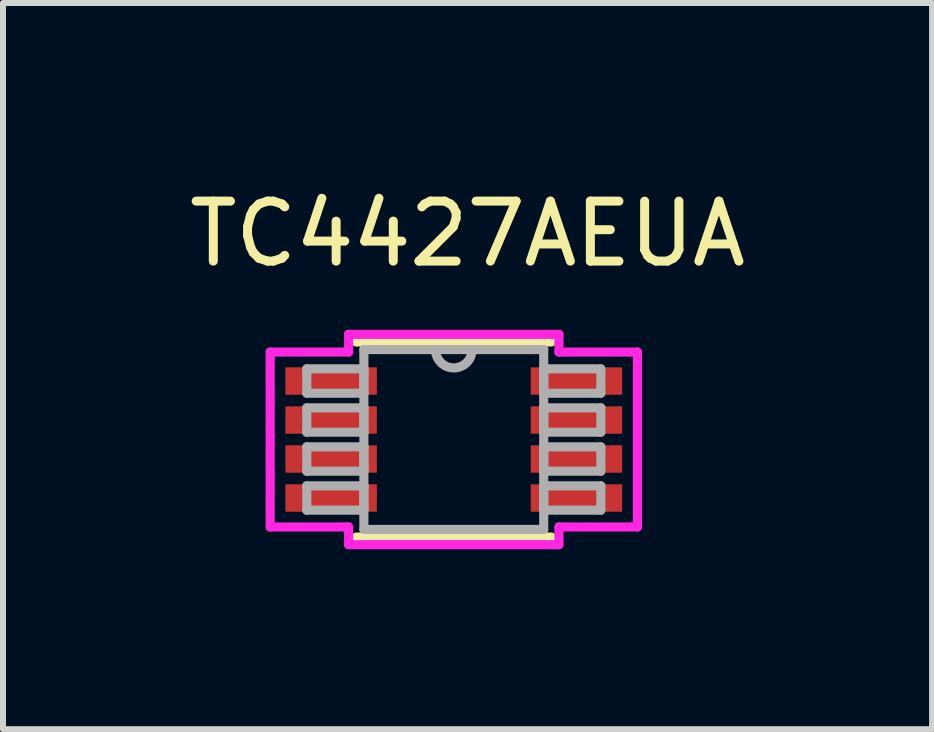
<source format=kicad_pcb>
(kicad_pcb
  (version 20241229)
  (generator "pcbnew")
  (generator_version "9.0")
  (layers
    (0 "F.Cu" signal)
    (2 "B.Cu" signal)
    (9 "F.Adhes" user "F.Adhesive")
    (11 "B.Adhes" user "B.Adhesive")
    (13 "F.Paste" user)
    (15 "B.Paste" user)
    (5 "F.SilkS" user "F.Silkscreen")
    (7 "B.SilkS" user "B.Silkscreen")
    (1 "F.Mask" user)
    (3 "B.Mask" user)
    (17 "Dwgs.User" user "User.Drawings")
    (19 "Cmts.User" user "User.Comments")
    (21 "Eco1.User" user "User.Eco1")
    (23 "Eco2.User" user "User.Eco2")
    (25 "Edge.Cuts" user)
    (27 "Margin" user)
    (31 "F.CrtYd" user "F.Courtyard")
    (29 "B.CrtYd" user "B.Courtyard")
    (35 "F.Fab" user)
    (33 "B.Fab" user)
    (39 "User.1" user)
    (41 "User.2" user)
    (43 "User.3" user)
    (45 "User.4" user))
  (footprint "TC4427AEUA"
    (layer "F.Cu")
    (at 4.515 4.277)
    (property "Reference" "TC4427AEUA" (at 0.229 -3.429 0) (layer "F.SilkS") (effects (font (size 1 1) (thickness 0.15))))
    (attr smd)
    (fp_line (start -1.626 1.626) (end 1.626 1.626) (stroke (width 0.152) (type solid)) (layer "F.SilkS"))
    (fp_line (start 1.626 -1.626) (end -1.626 -1.626) (stroke (width 0.152) (type solid)) (layer "F.SilkS"))
    (fp_line (start -3.061 -1.458) (end -1.753 -1.458) (stroke (width 0.152) (type solid)) (layer "F.CrtYd"))
    (fp_line (start -3.061 1.458) (end -3.061 -1.458) (stroke (width 0.152) (type solid)) (layer "F.CrtYd"))
    (fp_line (start -1.753 -1.753) (end 1.753 -1.753) (stroke (width 0.152) (type solid)) (layer "F.CrtYd"))
    (fp_line (start -1.753 -1.458) (end -1.753 -1.753) (stroke (width 0.152) (type solid)) (layer "F.CrtYd"))
    (fp_line (start -1.753 1.458) (end -3.061 1.458) (stroke (width 0.152) (type solid)) (layer "F.CrtYd"))
    (fp_line (start -1.753 1.753) (end -1.753 1.458) (stroke (width 0.152) (type solid)) (layer "F.CrtYd"))
    (fp_line (start 1.753 -1.753) (end 1.753 -1.458) (stroke (width 0.152) (type solid)) (layer "F.CrtYd"))
    (fp_line (start 1.753 -1.458) (end 3.061 -1.458) (stroke (width 0.152) (type solid)) (layer "F.CrtYd"))
    (fp_line (start 1.753 1.458) (end 1.753 1.753) (stroke (width 0.152) (type solid)) (layer "F.CrtYd"))
    (fp_line (start 1.753 1.753) (end -1.753 1.753) (stroke (width 0.152) (type solid)) (layer "F.CrtYd"))
    (fp_line (start 3.061 -1.458) (end 3.061 1.458) (stroke (width 0.152) (type solid)) (layer "F.CrtYd"))
    (fp_line (start 3.061 1.458) (end 1.753 1.458) (stroke (width 0.152) (type solid)) (layer "F.CrtYd"))
    (fp_line (start -2.451 -1.178) (end -2.451 -0.772) (stroke (width 0.152) (type solid)) (layer "F.Fab"))
    (fp_line (start -2.451 -0.772) (end -1.499 -0.772) (stroke (width 0.152) (type solid)) (layer "F.Fab"))
    (fp_line (start -2.451 -0.528) (end -2.451 -0.122) (stroke (width 0.152) (type solid)) (layer "F.Fab"))
    (fp_line (start -2.451 -0.122) (end -1.499 -0.122) (stroke (width 0.152) (type solid)) (layer "F.Fab"))
    (fp_line (start -2.451 0.122) (end -2.451 0.528) (stroke (width 0.152) (type solid)) (layer "F.Fab"))
    (fp_line (start -2.451 0.528) (end -1.499 0.528) (stroke (width 0.152) (type solid)) (layer "F.Fab"))
    (fp_line (start -2.451 0.772) (end -2.451 1.178) (stroke (width 0.152) (type solid)) (layer "F.Fab"))
    (fp_line (start -2.451 1.178) (end -1.499 1.178) (stroke (width 0.152) (type solid)) (layer "F.Fab"))
    (fp_line (start -1.499 -1.499) (end -1.499 1.499) (stroke (width 0.152) (type solid)) (layer "F.Fab"))
    (fp_line (start -1.499 -1.178) (end -2.451 -1.178) (stroke (width 0.152) (type solid)) (layer "F.Fab"))
    (fp_line (start -1.499 -0.772) (end -1.499 -1.178) (stroke (width 0.152) (type solid)) (layer "F.Fab"))
    (fp_line (start -1.499 -0.528) (end -2.451 -0.528) (stroke (width 0.152) (type solid)) (layer "F.Fab"))
    (fp_line (start -1.499 -0.122) (end -1.499 -0.528) (stroke (width 0.152) (type solid)) (layer "F.Fab"))
    (fp_line (start -1.499 0.122) (end -2.451 0.122) (stroke (width 0.152) (type solid)) (layer "F.Fab"))
    (fp_line (start -1.499 0.528) (end -1.499 0.122) (stroke (width 0.152) (type solid)) (layer "F.Fab"))
    (fp_line (start -1.499 0.772) (end -2.451 0.772) (stroke (width 0.152) (type solid)) (layer "F.Fab"))
    (fp_line (start -1.499 1.178) (end -1.499 0.772) (stroke (width 0.152) (type solid)) (layer "F.Fab"))
    (fp_line (start -1.499 1.499) (end 1.499 1.499) (stroke (width 0.152) (type solid)) (layer "F.Fab"))
    (fp_line (start 1.499 -1.499) (end -1.499 -1.499) (stroke (width 0.152) (type solid)) (layer "F.Fab"))
    (fp_line (start 1.499 -1.178) (end 1.499 -0.772) (stroke (width 0.152) (type solid)) (layer "F.Fab"))
    (fp_line (start 1.499 -0.772) (end 2.451 -0.772) (stroke (width 0.152) (type solid)) (layer "F.Fab"))
    (fp_line (start 1.499 -0.528) (end 1.499 -0.122) (stroke (width 0.152) (type solid)) (layer "F.Fab"))
    (fp_line (start 1.499 -0.122) (end 2.451 -0.122) (stroke (width 0.152) (type solid)) (layer "F.Fab"))
    (fp_line (start 1.499 0.122) (end 1.499 0.528) (stroke (width 0.152) (type solid)) (layer "F.Fab"))
    (fp_line (start 1.499 0.528) (end 2.451 0.528) (stroke (width 0.152) (type solid)) (layer "F.Fab"))
    (fp_line (start 1.499 0.772) (end 1.499 1.178) (stroke (width 0.152) (type solid)) (layer "F.Fab"))
    (fp_line (start 1.499 1.178) (end 2.451 1.178) (stroke (width 0.152) (type solid)) (layer "F.Fab"))
    (fp_line (start 1.499 1.499) (end 1.499 -1.499) (stroke (width 0.152) (type solid)) (layer "F.Fab"))
    (fp_line (start 2.451 -1.178) (end 1.499 -1.178) (stroke (width 0.152) (type solid)) (layer "F.Fab"))
    (fp_line (start 2.451 -0.772) (end 2.451 -1.178) (stroke (width 0.152) (type solid)) (layer "F.Fab"))
    (fp_line (start 2.451 -0.528) (end 1.499 -0.528) (stroke (width 0.152) (type solid)) (layer "F.Fab"))
    (fp_line (start 2.451 -0.122) (end 2.451 -0.528) (stroke (width 0.152) (type solid)) (layer "F.Fab"))
    (fp_line (start 2.451 0.122) (end 1.499 0.122) (stroke (width 0.152) (type solid)) (layer "F.Fab"))
    (fp_line (start 2.451 0.528) (end 2.451 0.122) (stroke (width 0.152) (type solid)) (layer "F.Fab"))
    (fp_line (start 2.451 0.772) (end 1.499 0.772) (stroke (width 0.152) (type solid)) (layer "F.Fab"))
    (fp_line (start 2.451 1.178) (end 2.451 0.772) (stroke (width 0.152) (type solid)) (layer "F.Fab"))
    (fp_arc (start 0.3048 -1.4986) (mid 0 -1.1938) (end -0.3048 -1.4986) (stroke (width 0.1524) (type solid)) (layer "F.Fab"))
    (pad "1" smd rect (at -2.045 -0.975) (size 1.524 0.457) (layers "F.Cu" "F.Mask" "F.Paste"))
    (pad "2" smd rect (at -2.045 -0.325) (size 1.524 0.457) (layers "F.Cu" "F.Mask" "F.Paste"))
    (pad "3" smd rect (at -2.045 0.325) (size 1.524 0.457) (layers "F.Cu" "F.Mask" "F.Paste"))
    (pad "4" smd rect (at -2.045 0.975) (size 1.524 0.457) (layers "F.Cu" "F.Mask" "F.Paste"))
    (pad "5" smd rect (at 2.045 0.975) (size 1.524 0.457) (layers "F.Cu" "F.Mask" "F.Paste"))
    (pad "6" smd rect (at 2.045 0.325) (size 1.524 0.457) (layers "F.Cu" "F.Mask" "F.Paste"))
    (pad "7" smd rect (at 2.045 -0.325) (size 1.524 0.457) (layers "F.Cu" "F.Mask" "F.Paste"))
    (pad "8" smd rect (at 2.045 -0.975) (size 1.524 0.457) (layers "F.Cu" "F.Mask" "F.Paste")))
  (gr_rect
    (start -3 -3)
    (end 12.488 9.106)
    (stroke (width 0.1) (type default))
    (fill no)
    (layer "Edge.Cuts")))
</source>
